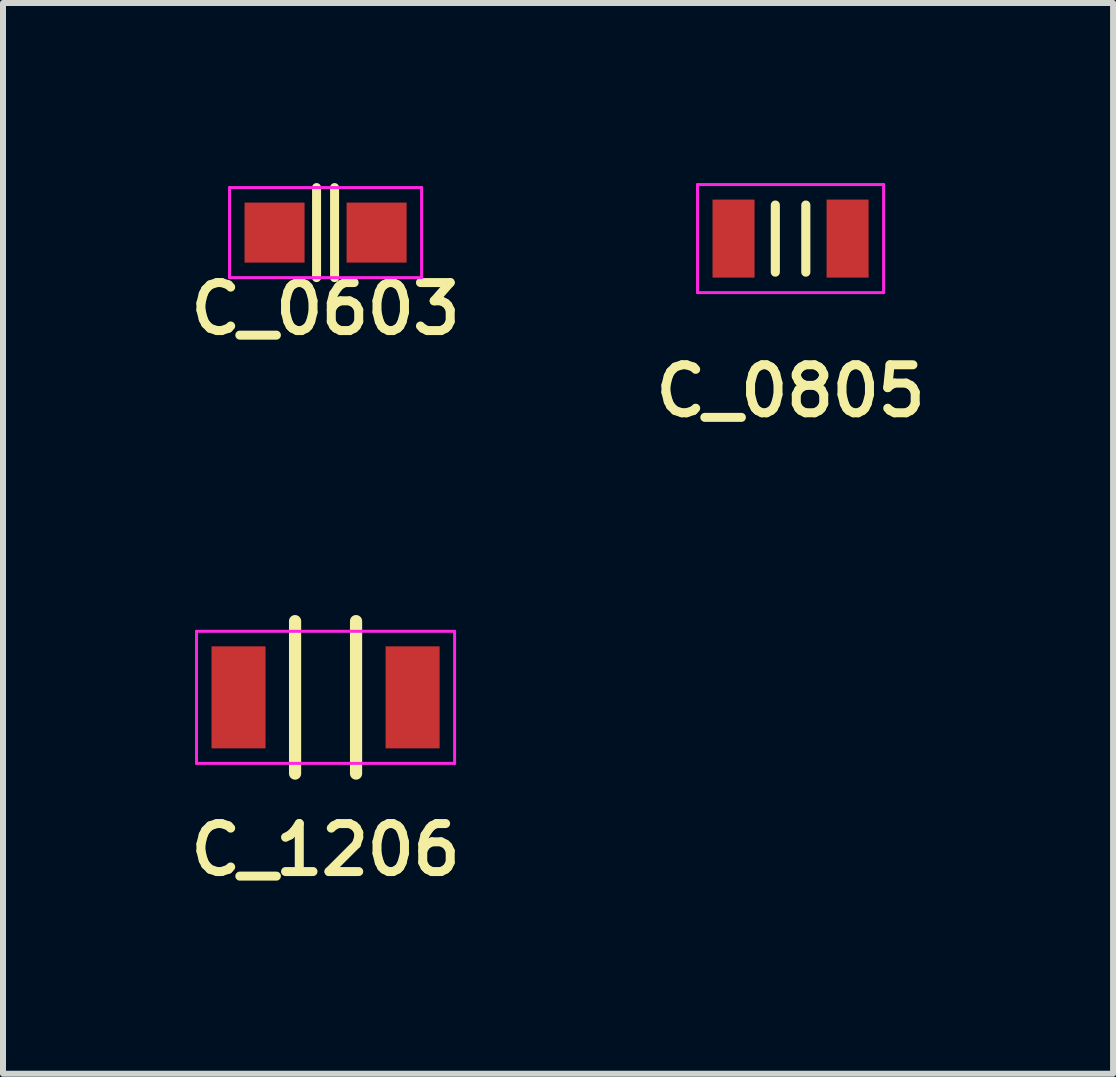
<source format=kicad_pcb>
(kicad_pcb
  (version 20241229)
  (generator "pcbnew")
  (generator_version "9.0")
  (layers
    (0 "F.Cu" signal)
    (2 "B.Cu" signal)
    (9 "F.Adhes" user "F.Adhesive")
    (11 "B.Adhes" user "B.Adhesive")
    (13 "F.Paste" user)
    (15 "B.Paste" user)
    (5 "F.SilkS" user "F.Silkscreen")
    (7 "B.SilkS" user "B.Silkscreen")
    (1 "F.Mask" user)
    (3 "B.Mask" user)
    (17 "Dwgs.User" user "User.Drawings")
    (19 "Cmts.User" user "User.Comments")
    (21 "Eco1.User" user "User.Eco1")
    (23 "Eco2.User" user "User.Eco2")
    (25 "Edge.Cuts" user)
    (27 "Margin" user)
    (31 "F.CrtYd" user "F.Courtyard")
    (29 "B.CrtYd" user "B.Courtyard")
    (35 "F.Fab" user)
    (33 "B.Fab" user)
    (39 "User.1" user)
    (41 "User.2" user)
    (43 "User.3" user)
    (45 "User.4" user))
  (footprint "C_0805"
    (layer "F.Cu")
    (at 10.121 0.925)
    (property "Reference" "C_0805" (at 0 2.54 0) (layer "F.SilkS") (effects (font (size 0.8 0.8) (thickness 0.15))))
    (attr through_hole)
    (fp_line (start -0.254 0.559) (end -0.254 -0.559) (stroke (width 0.152) (type solid)) (layer "F.SilkS"))
    (fp_line (start 0.254 0.559) (end 0.254 -0.559) (stroke (width 0.152) (type solid)) (layer "F.SilkS"))
    (fp_line (start -1.55 0.9) (end -1.55 -0.9) (stroke (width 0.05) (type solid)) (layer "F.CrtYd"))
    (fp_line (start 1.55 -0.9) (end -1.55 -0.9) (stroke (width 0.05) (type solid)) (layer "F.CrtYd"))
    (fp_line (start 1.55 0.9) (end -1.55 0.9) (stroke (width 0.05) (type solid)) (layer "F.CrtYd"))
    (fp_line (start 1.55 0.9) (end 1.55 -0.9) (stroke (width 0.05) (type solid)) (layer "F.CrtYd"))
    (pad "1" smd rect (at -0.95 0) (size 0.7 1.3) (layers "F.Cu" "F.Mask" "F.Paste"))
    (pad "2" smd rect (at 0.95 0) (size 0.7 1.3) (layers "F.Cu" "F.Mask" "F.Paste")))
  (footprint "C_1206"
    (layer "F.Cu")
    (at 2.374 8.568)
    (property "Reference" "C_1206" (at 0 2.54 0) (layer "F.SilkS") (effects (font (size 0.8 0.8) (thickness 0.15))))
    (attr through_hole)
    (fp_line (start -0.508 -1.27) (end -0.508 1.27) (stroke (width 0.203) (type solid)) (layer "F.SilkS"))
    (fp_line (start 0.508 -1.27) (end 0.508 1.27) (stroke (width 0.203) (type solid)) (layer "F.SilkS"))
    (fp_line (start -2.15 -1.1) (end 2.15 -1.1) (stroke (width 0.05) (type solid)) (layer "F.CrtYd"))
    (fp_line (start -2.15 1.1) (end -2.15 -1.1) (stroke (width 0.05) (type solid)) (layer "F.CrtYd"))
    (fp_line (start -2.15 1.1) (end 2.15 1.1) (stroke (width 0.05) (type solid)) (layer "F.CrtYd"))
    (fp_line (start 2.15 1.1) (end 2.15 -1.1) (stroke (width 0.05) (type solid)) (layer "F.CrtYd"))
    (pad "1" smd rect (at -1.45 0) (size 0.9 1.7) (layers "F.Cu" "F.Mask" "F.Paste"))
    (pad "2" smd rect (at 1.45 0) (size 0.9 1.7) (layers "F.Cu" "F.Mask" "F.Paste")))
  (footprint "C_0603"
    (layer "F.Cu")
    (at 2.374 0.825)
    (property "Reference" "C_0603" (at 0 1.27 0) (layer "F.SilkS") (effects (font (size 0.8 0.8) (thickness 0.15))))
    (attr smd)
    (fp_line (start -0.15 -0.75) (end -0.15 0.75) (stroke (width 0.15) (type solid)) (layer "F.SilkS"))
    (fp_line (start 0.15 0.75) (end 0.15 -0.75) (stroke (width 0.15) (type solid)) (layer "F.SilkS"))
    (fp_line (start -1.6 -0.75) (end -1.6 0.75) (stroke (width 0.05) (type solid)) (layer "F.CrtYd"))
    (fp_line (start -1.6 -0.75) (end 1.6 -0.75) (stroke (width 0.05) (type solid)) (layer "F.CrtYd"))
    (fp_line (start -1.6 0.75) (end 1.6 0.75) (stroke (width 0.05) (type solid)) (layer "F.CrtYd"))
    (fp_line (start 1.6 -0.75) (end 1.6 0.75) (stroke (width 0.05) (type solid)) (layer "F.CrtYd"))
    (pad "1" smd rect (at -0.85 0) (size 1 1) (layers "F.Cu" "F.Mask" "F.Paste"))
    (pad "2" smd rect (at 0.85 0) (size 1 1) (layers "F.Cu" "F.Mask" "F.Paste")))
  (gr_rect
    (start -3 -3)
    (end 15.494 14.839)
    (stroke (width 0.1) (type default))
    (fill no)
    (layer "Edge.Cuts")))
</source>
